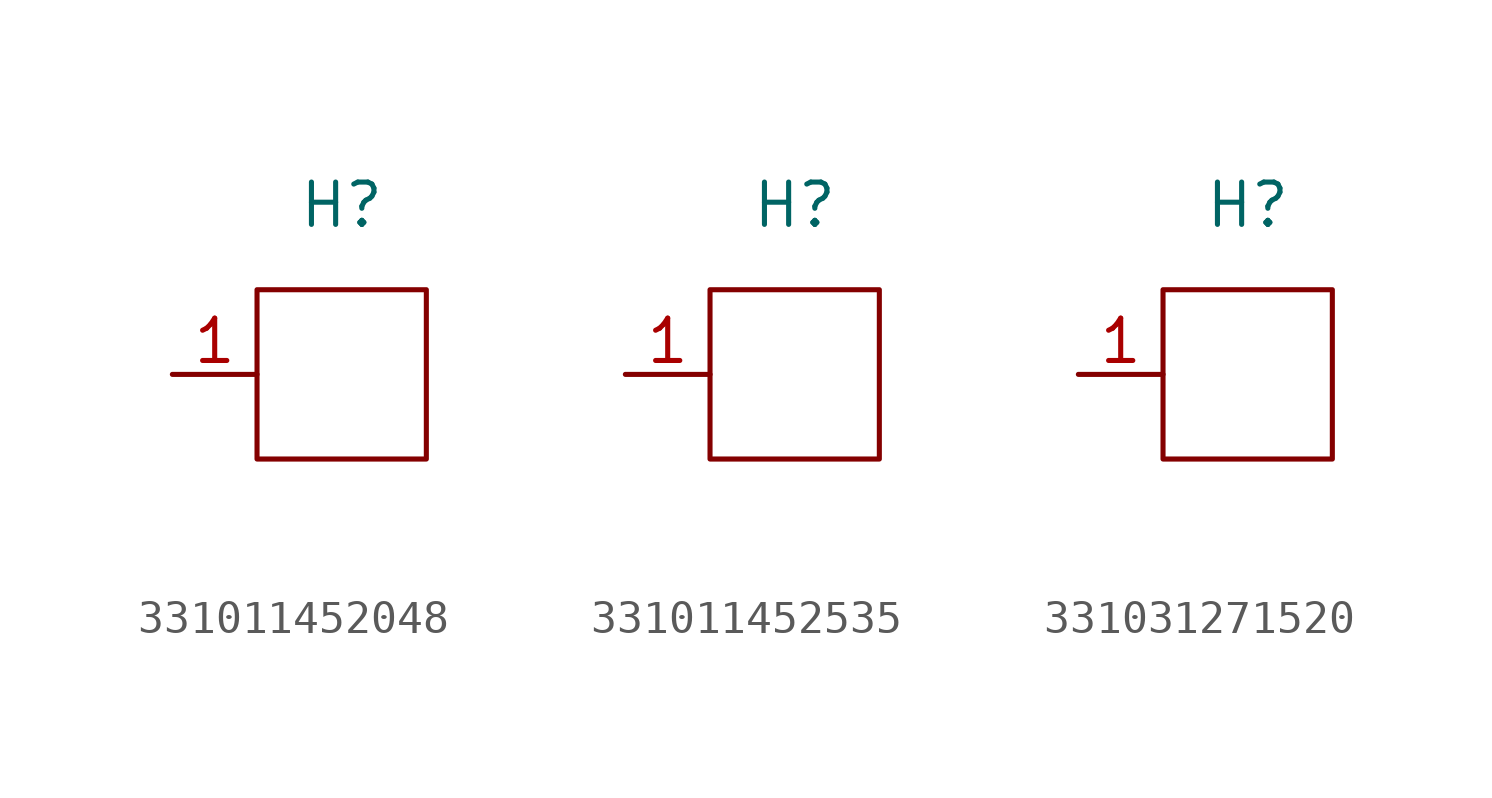
<source format=kicad_sym>
(kicad_symbol_lib
  (version 20220914)
  (generator kicad_symbol_editor)
  (symbol "331011452048"
    (pin_names hide)
    (property "Reference" "H"
      (at 0 5.08 0)
      (effects (font (size 1.27 1.27))))
    (property "Critical Parameter" ""
      (at 0 -5.08 0)
      (effects (font (size 1.27 1.27)) (justify left)))
    (symbol "331011452048_0_1"
      (rectangle (start -2.54 2.54) (end 2.54 -2.54) (stroke (width 0) (type default)) (fill (type none))))
    (symbol "331011452048_1_1"
      (pin passive line (at -5.08 0 0) (length 2.54) (name "GND1" (effects (font (size 1.27 1.27)))) (number "1" (effects (font (size 1.27 1.27)))))))
  (symbol "331011452535"
    (pin_names hide)
    (property "Reference" "H"
      (at 0 5.08 0)
      (effects (font (size 1.27 1.27))))
    (property "Critical Parameter" ""
      (at 0 -5.08 0)
      (effects (font (size 1.27 1.27)) (justify left)))
    (symbol "331011452535_0_1"
      (rectangle (start -2.54 2.54) (end 2.54 -2.54) (stroke (width 0) (type default)) (fill (type none))))
    (symbol "331011452535_1_1"
      (pin passive line (at -5.08 0 0) (length 2.54) (name "GND1" (effects (font (size 1.27 1.27)))) (number "1" (effects (font (size 1.27 1.27)))))))
  (symbol "331031271520"
    (pin_names hide)
    (property "Reference" "H"
      (at 0 5.08 0)
      (effects (font (size 1.27 1.27))))
    (property "Critical Parameter" ""
      (at 0 -5.08 0)
      (effects (font (size 1.27 1.27)) (justify left)))
    (symbol "331031271520_0_1"
      (rectangle (start -2.54 2.54) (end 2.54 -2.54) (stroke (width 0) (type default)) (fill (type none))))
    (symbol "331031271520_1_1"
      (pin passive line (at -5.08 0 0) (length 2.54) (name "GND1" (effects (font (size 1.27 1.27)))) (number "1" (effects (font (size 1.27 1.27))))))))
</source>
